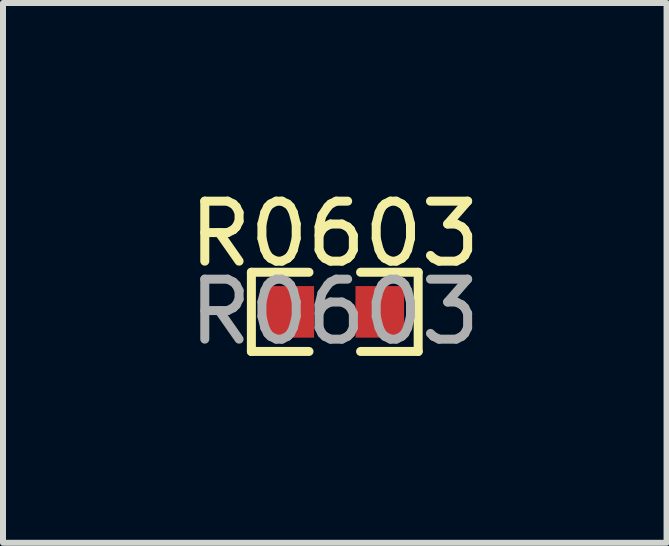
<source format=kicad_pcb>
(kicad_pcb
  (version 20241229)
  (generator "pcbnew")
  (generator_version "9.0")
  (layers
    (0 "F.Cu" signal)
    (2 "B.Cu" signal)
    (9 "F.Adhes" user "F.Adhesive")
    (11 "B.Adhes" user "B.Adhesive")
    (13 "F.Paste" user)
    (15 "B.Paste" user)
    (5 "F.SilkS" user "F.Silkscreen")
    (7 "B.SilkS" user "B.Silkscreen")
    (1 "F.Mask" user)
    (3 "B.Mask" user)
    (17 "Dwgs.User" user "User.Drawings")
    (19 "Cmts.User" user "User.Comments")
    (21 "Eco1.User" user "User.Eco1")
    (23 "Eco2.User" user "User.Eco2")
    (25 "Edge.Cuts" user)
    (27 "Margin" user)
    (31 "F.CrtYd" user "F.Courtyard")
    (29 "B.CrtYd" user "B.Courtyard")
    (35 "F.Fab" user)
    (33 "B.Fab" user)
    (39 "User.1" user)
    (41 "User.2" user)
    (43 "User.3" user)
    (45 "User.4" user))
  (footprint "R0603"
    (layer "F.Cu")
    (at 2.53 2.148)
    (property "Reference" "R0603" (at 0 -1.3 0) (layer "F.SilkS") (effects (font (size 1 1) (thickness 0.15))))
    (attr smd)
    (fp_line (start -1.39 -0.66) (end -0.43 -0.66) (stroke (width 0.15) (type solid)) (layer "F.SilkS"))
    (fp_line (start -1.39 0.66) (end -1.39 -0.66) (stroke (width 0.15) (type solid)) (layer "F.SilkS"))
    (fp_line (start -0.43 0.66) (end -1.39 0.66) (stroke (width 0.15) (type solid)) (layer "F.SilkS"))
    (fp_line (start 0.43 0.66) (end 1.39 0.66) (stroke (width 0.15) (type solid)) (layer "F.SilkS"))
    (fp_line (start 1.39 -0.66) (end 0.43 -0.66) (stroke (width 0.15) (type solid)) (layer "F.SilkS"))
    (fp_line (start 1.39 0.66) (end 1.39 -0.66) (stroke (width 0.15) (type solid)) (layer "F.SilkS"))
    (fp_circle (center -0.8 0.4) (end -0.77 0.4) (stroke (width 0.06) (type solid)) (fill no) (layer "F.Fab"))
    (fp_text user "${REFERENCE}" (at 0 0 0) (layer "F.Fab") (effects (font (size 1 1) (thickness 0.15))))
    (pad "1" smd rect (at -0.75 0) (size 0.81 0.86) (layers "F.Cu" "F.Mask" "F.Paste"))
    (pad "2" smd rect (at 0.75 0) (size 0.81 0.86) (layers "F.Cu" "F.Mask" "F.Paste")))
  (gr_rect
    (start -3 -3)
    (end 8.06 5.997)
    (stroke (width 0.1) (type default))
    (fill no)
    (layer "Edge.Cuts")))
</source>
